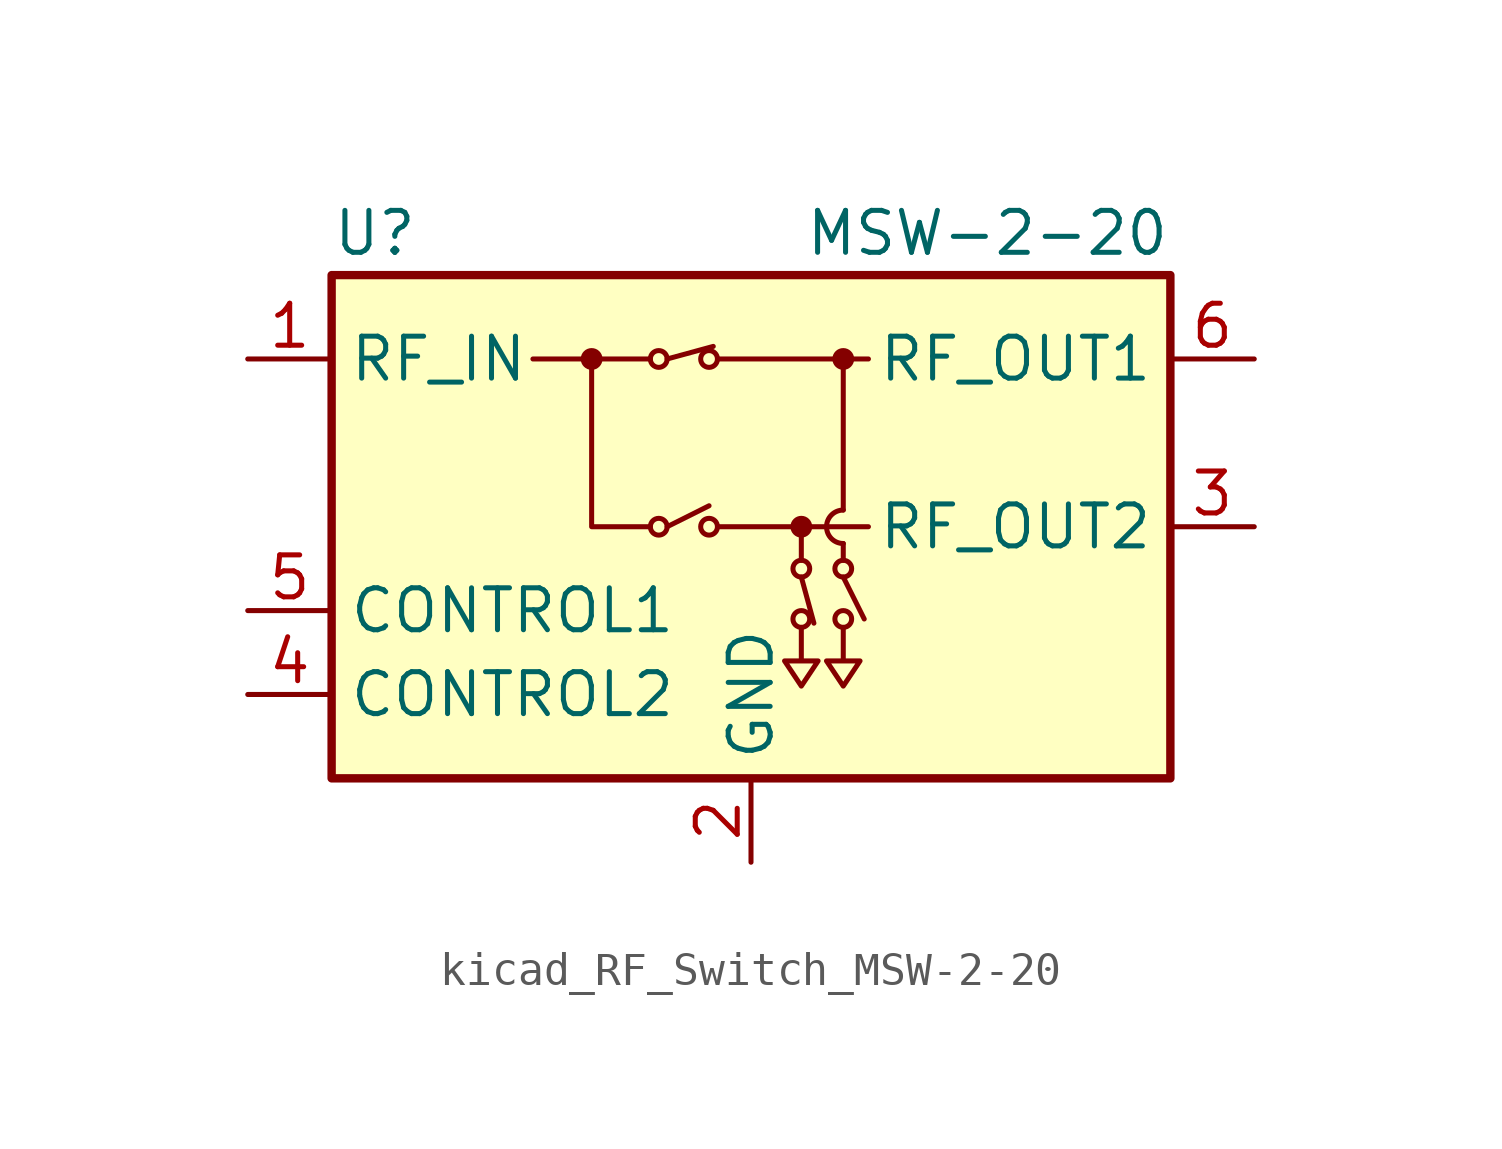
<source format=kicad_sym>
(kicad_symbol_lib
  (version 20220914)
  (generator kicad_symbol_editor)
  (symbol "kicad_RF_Switch_MSW-2-20"
    (property "Reference" "U"
      (at -12.7 8.89 0)
      (effects (font (size 1.27 1.27)) (justify left)))
    (property "Value" "MSW-2-20"
      (at 12.7 8.89 0)
      (effects (font (size 1.27 1.27)) (justify right)))
    (symbol "kicad_RF_Switch_MSW-2-20_0_1"
      (rectangle (start -12.7 7.62) (end 12.7 -7.62) (stroke (width 0.254) (type default)) (fill (type background)))
      (circle (center -4.826 5.08) (radius 0.254) (stroke (width 0) (type default)) (fill (type outline)))
      (circle (center -2.794 0) (radius 0.254) (stroke (width 0) (type default)) (fill (type none)))
      (circle (center -2.794 5.08) (radius 0.254) (stroke (width 0) (type default)) (fill (type none)))
      (circle (center -1.27 0) (radius 0.254) (stroke (width 0) (type default)) (fill (type none)))
      (circle (center -1.27 5.08) (radius 0.254) (stroke (width 0) (type default)) (fill (type none)))
      (polyline (pts (xy -3.048 5.08) (xy -6.604 5.08)) (stroke (width 0) (type default)) (fill (type none)))
      (polyline (pts (xy -2.54 0) (xy -1.27 0.635)) (stroke (width 0) (type default)) (fill (type none)))
      (polyline (pts (xy -2.54 5.08) (xy -1.143 5.461)) (stroke (width 0) (type default)) (fill (type none)))
      (polyline (pts (xy -1.016 0) (xy 3.556 0)) (stroke (width 0) (type default)) (fill (type none)))
      (polyline (pts (xy -1.016 5.08) (xy 3.556 5.08)) (stroke (width 0) (type default)) (fill (type none)))
      (polyline (pts (xy 1.524 -1.524) (xy 1.905 -2.921)) (stroke (width 0) (type default)) (fill (type none)))
      (polyline (pts (xy 1.524 -1.016) (xy 1.524 0)) (stroke (width 0) (type default)) (fill (type none)))
      (polyline (pts (xy 2.794 -1.524) (xy 3.429 -2.794)) (stroke (width 0) (type default)) (fill (type none)))
      (polyline (pts (xy 2.794 -0.508) (xy 2.794 -1.016)) (stroke (width 0) (type default)) (fill (type none)))
      (polyline (pts (xy 2.794 5.08) (xy 2.794 0.508)) (stroke (width 0) (type default)) (fill (type none)))
      (polyline (pts (xy -4.826 5.08) (xy -4.826 0) (xy -3.048 0)) (stroke (width 0) (type default)) (fill (type none)))
      (polyline (pts (xy 1.524 -3.048) (xy 1.524 -4.064) (xy 1.016 -4.064) (xy 1.524 -4.826) (xy 2.032 -4.064) (xy 1.524 -4.064)) (stroke (width 0) (type default)) (fill (type none)))
      (polyline (pts (xy 2.794 -3.048) (xy 2.794 -4.064) (xy 2.286 -4.064) (xy 2.794 -4.826) (xy 3.302 -4.064) (xy 2.794 -4.064)) (stroke (width 0) (type default)) (fill (type none)))
      (circle (center 1.524 -2.794) (radius 0.254) (stroke (width 0) (type default)) (fill (type none)))
      (circle (center 1.524 -1.27) (radius 0.254) (stroke (width 0) (type default)) (fill (type none)))
      (circle (center 1.524 0) (radius 0.254) (stroke (width 0) (type default)) (fill (type outline)))
      (circle (center 2.794 -2.794) (radius 0.254) (stroke (width 0) (type default)) (fill (type none)))
      (circle (center 2.794 -1.27) (radius 0.254) (stroke (width 0) (type default)) (fill (type none)))
      (arc (start 2.794 0.508) (mid 2.2882 0) (end 2.794 -0.508) (stroke (width 0) (type default)) (fill (type none)))
      (circle (center 2.794 5.08) (radius 0.254) (stroke (width 0) (type default)) (fill (type outline))))
    (symbol "kicad_RF_Switch_MSW-2-20_1_1"
      (pin passive line (at -15.24 5.08 0) (length 2.54) (name "RF_IN" (effects (font (size 1.27 1.27)))) (number "1" (effects (font (size 1.27 1.27)))))
      (pin power_in line (at 0 -10.16 90) (length 2.54) (name "GND" (effects (font (size 1.27 1.27)))) (number "2" (effects (font (size 1.27 1.27)))))
      (pin passive line (at 15.24 0 180) (length 2.54) (name "RF_OUT2" (effects (font (size 1.27 1.27)))) (number "3" (effects (font (size 1.27 1.27)))))
      (pin input line (at -15.24 -5.08 0) (length 2.54) (name "CONTROL2" (effects (font (size 1.27 1.27)))) (number "4" (effects (font (size 1.27 1.27)))))
      (pin input line (at -15.24 -2.54 0) (length 2.54) (name "CONTROL1" (effects (font (size 1.27 1.27)))) (number "5" (effects (font (size 1.27 1.27)))))
      (pin passive line (at 15.24 5.08 180) (length 2.54) (name "RF_OUT1" (effects (font (size 1.27 1.27)))) (number "6" (effects (font (size 1.27 1.27)))))
      (pin passive line (at 0 -10.16 90) (length 2.54) hide (name "GND" (effects (font (size 1.27 1.27)))) (number "7" (effects (font (size 1.27 1.27)))))
      (pin passive line (at 0 -10.16 90) (length 2.54) hide (name "GND" (effects (font (size 1.27 1.27)))) (number "8" (effects (font (size 1.27 1.27))))))))
</source>
